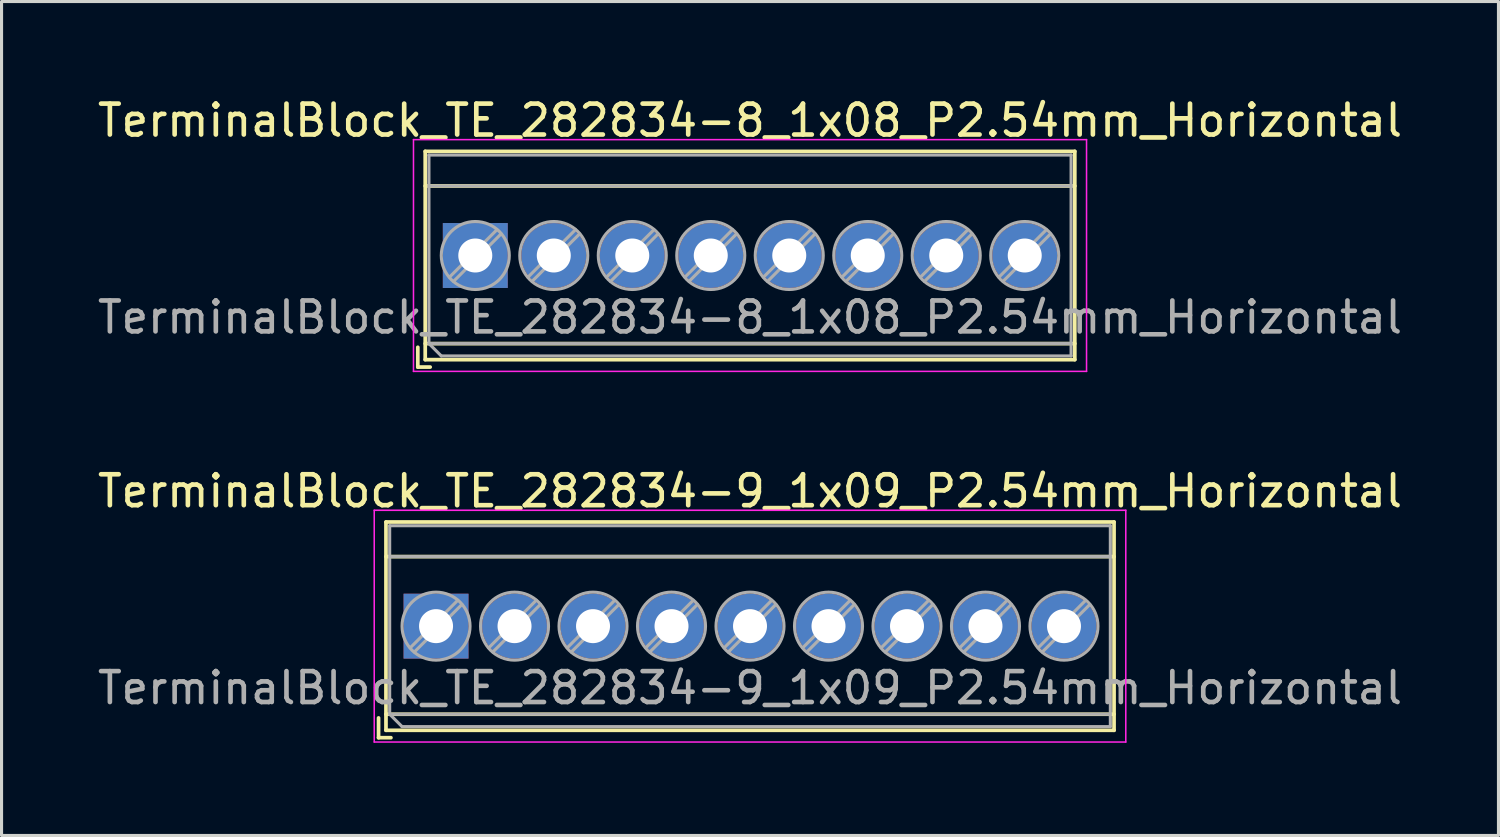
<source format=kicad_pcb>
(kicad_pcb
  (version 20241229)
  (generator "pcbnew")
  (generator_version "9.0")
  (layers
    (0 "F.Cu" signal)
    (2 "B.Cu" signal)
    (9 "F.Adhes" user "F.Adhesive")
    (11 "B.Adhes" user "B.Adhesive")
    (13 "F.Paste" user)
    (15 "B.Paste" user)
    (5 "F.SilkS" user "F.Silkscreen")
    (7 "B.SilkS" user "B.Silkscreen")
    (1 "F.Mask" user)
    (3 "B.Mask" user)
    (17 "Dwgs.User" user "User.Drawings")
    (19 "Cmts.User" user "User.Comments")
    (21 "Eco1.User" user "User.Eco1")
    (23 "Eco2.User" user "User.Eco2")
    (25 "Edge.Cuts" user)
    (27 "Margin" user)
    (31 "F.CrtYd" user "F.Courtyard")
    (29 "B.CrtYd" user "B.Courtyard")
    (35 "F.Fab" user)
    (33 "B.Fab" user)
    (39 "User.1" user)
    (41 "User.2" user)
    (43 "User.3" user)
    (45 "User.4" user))
  (footprint "TerminalBlock_TE_282834-9_1x09_P2.54mm_Horizontal"
    (layer "F.Cu")
    (at 11.06 17.212)
    (property "Reference" "TerminalBlock_TE_282834-9_1x09_P2.54mm_Horizontal" (at 10.16 -4.37 0) (layer "F.SilkS") (effects (font (size 1 1) (thickness 0.15))))
    (attr through_hole)
    (fp_line (start -1.86 2.97) (end -1.86 3.61) (stroke (width 0.12) (type solid)) (layer "F.SilkS"))
    (fp_line (start -1.86 3.61) (end -1.46 3.61) (stroke (width 0.12) (type solid)) (layer "F.SilkS"))
    (fp_line (start -1.62 -3.37) (end -1.62 3.37) (stroke (width 0.12) (type solid)) (layer "F.SilkS"))
    (fp_line (start -1.62 -3.37) (end 21.94 -3.37) (stroke (width 0.12) (type solid)) (layer "F.SilkS"))
    (fp_line (start -1.62 -2.25) (end 21.94 -2.25) (stroke (width 0.12) (type solid)) (layer "F.SilkS"))
    (fp_line (start -1.62 2.85) (end 21.94 2.85) (stroke (width 0.12) (type solid)) (layer "F.SilkS"))
    (fp_line (start -1.62 3.37) (end 21.94 3.37) (stroke (width 0.12) (type solid)) (layer "F.SilkS"))
    (fp_line (start 21.94 -3.37) (end 21.94 3.37) (stroke (width 0.12) (type solid)) (layer "F.SilkS"))
    (fp_line (start -2 -3.75) (end -2 3.75) (stroke (width 0.05) (type solid)) (layer "F.CrtYd"))
    (fp_line (start -2 3.75) (end 22.32 3.75) (stroke (width 0.05) (type solid)) (layer "F.CrtYd"))
    (fp_line (start 22.32 -3.75) (end -2 -3.75) (stroke (width 0.05) (type solid)) (layer "F.CrtYd"))
    (fp_line (start 22.32 3.75) (end 22.32 -3.75) (stroke (width 0.05) (type solid)) (layer "F.CrtYd"))
    (fp_line (start -1.5 -3.25) (end 21.82 -3.25) (stroke (width 0.1) (type solid)) (layer "F.Fab"))
    (fp_line (start -1.5 -2.25) (end 21.82 -2.25) (stroke (width 0.1) (type solid)) (layer "F.Fab"))
    (fp_line (start -1.5 2.85) (end -1.5 -3.25) (stroke (width 0.1) (type solid)) (layer "F.Fab"))
    (fp_line (start -1.5 2.85) (end 21.82 2.85) (stroke (width 0.1) (type solid)) (layer "F.Fab"))
    (fp_line (start -1.1 3.25) (end -1.5 2.85) (stroke (width 0.1) (type solid)) (layer "F.Fab"))
    (fp_line (start 0.701 -0.835) (end -0.835 0.7) (stroke (width 0.1) (type solid)) (layer "F.Fab"))
    (fp_line (start 0.835 -0.7) (end -0.701 0.835) (stroke (width 0.1) (type solid)) (layer "F.Fab"))
    (fp_line (start 3.241 -0.835) (end 1.706 0.7) (stroke (width 0.1) (type solid)) (layer "F.Fab"))
    (fp_line (start 3.375 -0.7) (end 1.84 0.835) (stroke (width 0.1) (type solid)) (layer "F.Fab"))
    (fp_line (start 5.781 -0.835) (end 4.246 0.7) (stroke (width 0.1) (type solid)) (layer "F.Fab"))
    (fp_line (start 5.915 -0.7) (end 4.38 0.835) (stroke (width 0.1) (type solid)) (layer "F.Fab"))
    (fp_line (start 8.321 -0.835) (end 6.786 0.7) (stroke (width 0.1) (type solid)) (layer "F.Fab"))
    (fp_line (start 8.455 -0.7) (end 6.92 0.835) (stroke (width 0.1) (type solid)) (layer "F.Fab"))
    (fp_line (start 10.861 -0.835) (end 9.326 0.7) (stroke (width 0.1) (type solid)) (layer "F.Fab"))
    (fp_line (start 10.995 -0.7) (end 9.46 0.835) (stroke (width 0.1) (type solid)) (layer "F.Fab"))
    (fp_line (start 13.401 -0.835) (end 11.866 0.7) (stroke (width 0.1) (type solid)) (layer "F.Fab"))
    (fp_line (start 13.535 -0.7) (end 12 0.835) (stroke (width 0.1) (type solid)) (layer "F.Fab"))
    (fp_line (start 15.941 -0.835) (end 14.406 0.7) (stroke (width 0.1) (type solid)) (layer "F.Fab"))
    (fp_line (start 16.075 -0.7) (end 14.54 0.835) (stroke (width 0.1) (type solid)) (layer "F.Fab"))
    (fp_line (start 18.481 -0.835) (end 16.946 0.7) (stroke (width 0.1) (type solid)) (layer "F.Fab"))
    (fp_line (start 18.615 -0.7) (end 17.08 0.835) (stroke (width 0.1) (type solid)) (layer "F.Fab"))
    (fp_line (start 21.021 -0.835) (end 19.486 0.7) (stroke (width 0.1) (type solid)) (layer "F.Fab"))
    (fp_line (start 21.155 -0.7) (end 19.62 0.835) (stroke (width 0.1) (type solid)) (layer "F.Fab"))
    (fp_line (start 21.82 -3.25) (end 21.82 3.25) (stroke (width 0.1) (type solid)) (layer "F.Fab"))
    (fp_line (start 21.82 3.25) (end -1.1 3.25) (stroke (width 0.1) (type solid)) (layer "F.Fab"))
    (fp_circle (center 0 0) (end 1.1 0) (stroke (width 0.1) (type solid)) (fill no) (layer "F.Fab"))
    (fp_circle (center 2.54 0) (end 3.64 0) (stroke (width 0.1) (type solid)) (fill no) (layer "F.Fab"))
    (fp_circle (center 5.08 0) (end 6.18 0) (stroke (width 0.1) (type solid)) (fill no) (layer "F.Fab"))
    (fp_circle (center 7.62 0) (end 8.72 0) (stroke (width 0.1) (type solid)) (fill no) (layer "F.Fab"))
    (fp_circle (center 10.16 0) (end 11.26 0) (stroke (width 0.1) (type solid)) (fill no) (layer "F.Fab"))
    (fp_circle (center 12.7 0) (end 13.8 0) (stroke (width 0.1) (type solid)) (fill no) (layer "F.Fab"))
    (fp_circle (center 15.24 0) (end 16.34 0) (stroke (width 0.1) (type solid)) (fill no) (layer "F.Fab"))
    (fp_circle (center 17.78 0) (end 18.88 0) (stroke (width 0.1) (type solid)) (fill no) (layer "F.Fab"))
    (fp_circle (center 20.32 0) (end 21.42 0) (stroke (width 0.1) (type solid)) (fill no) (layer "F.Fab"))
    (fp_text user "${REFERENCE}" (at 10.16 2 0) (layer "F.Fab") (effects (font (size 1 1) (thickness 0.15))))
    (pad "1" thru_hole rect (at 0 0) (size 2.1 2.1) (drill 1.1) (layers "*.Cu" "*.Mask"))
    (pad "2" thru_hole circle (at 2.54 0) (size 2.1 2.1) (drill 1.1) (layers "*.Cu" "*.Mask"))
    (pad "3" thru_hole circle (at 5.08 0) (size 2.1 2.1) (drill 1.1) (layers "*.Cu" "*.Mask"))
    (pad "4" thru_hole circle (at 7.62 0) (size 2.1 2.1) (drill 1.1) (layers "*.Cu" "*.Mask"))
    (pad "5" thru_hole circle (at 10.16 0) (size 2.1 2.1) (drill 1.1) (layers "*.Cu" "*.Mask"))
    (pad "6" thru_hole circle (at 12.7 0) (size 2.1 2.1) (drill 1.1) (layers "*.Cu" "*.Mask"))
    (pad "7" thru_hole circle (at 15.24 0) (size 2.1 2.1) (drill 1.1) (layers "*.Cu" "*.Mask"))
    (pad "8" thru_hole circle (at 17.78 0) (size 2.1 2.1) (drill 1.1) (layers "*.Cu" "*.Mask"))
    (pad "9" thru_hole circle (at 20.32 0) (size 2.1 2.1) (drill 1.1) (layers "*.Cu" "*.Mask")))
  (footprint "TerminalBlock_TE_282834-8_1x08_P2.54mm_Horizontal"
    (layer "F.Cu")
    (at 12.33 5.218)
    (property "Reference" "TerminalBlock_TE_282834-8_1x08_P2.54mm_Horizontal" (at 8.89 -4.37 0) (layer "F.SilkS") (effects (font (size 1 1) (thickness 0.15))))
    (attr through_hole)
    (fp_line (start -1.86 2.97) (end -1.86 3.61) (stroke (width 0.12) (type solid)) (layer "F.SilkS"))
    (fp_line (start -1.86 3.61) (end -1.46 3.61) (stroke (width 0.12) (type solid)) (layer "F.SilkS"))
    (fp_line (start -1.62 -3.37) (end -1.62 3.37) (stroke (width 0.12) (type solid)) (layer "F.SilkS"))
    (fp_line (start -1.62 -3.37) (end 19.4 -3.37) (stroke (width 0.12) (type solid)) (layer "F.SilkS"))
    (fp_line (start -1.62 -2.25) (end 19.4 -2.25) (stroke (width 0.12) (type solid)) (layer "F.SilkS"))
    (fp_line (start -1.62 2.85) (end 19.4 2.85) (stroke (width 0.12) (type solid)) (layer "F.SilkS"))
    (fp_line (start -1.62 3.37) (end 19.4 3.37) (stroke (width 0.12) (type solid)) (layer "F.SilkS"))
    (fp_line (start 19.4 -3.37) (end 19.4 3.37) (stroke (width 0.12) (type solid)) (layer "F.SilkS"))
    (fp_line (start -2 -3.75) (end -2 3.75) (stroke (width 0.05) (type solid)) (layer "F.CrtYd"))
    (fp_line (start -2 3.75) (end 19.78 3.75) (stroke (width 0.05) (type solid)) (layer "F.CrtYd"))
    (fp_line (start 19.78 -3.75) (end -2 -3.75) (stroke (width 0.05) (type solid)) (layer "F.CrtYd"))
    (fp_line (start 19.78 3.75) (end 19.78 -3.75) (stroke (width 0.05) (type solid)) (layer "F.CrtYd"))
    (fp_line (start -1.5 -3.25) (end 19.28 -3.25) (stroke (width 0.1) (type solid)) (layer "F.Fab"))
    (fp_line (start -1.5 -2.25) (end 19.28 -2.25) (stroke (width 0.1) (type solid)) (layer "F.Fab"))
    (fp_line (start -1.5 2.85) (end -1.5 -3.25) (stroke (width 0.1) (type solid)) (layer "F.Fab"))
    (fp_line (start -1.5 2.85) (end 19.28 2.85) (stroke (width 0.1) (type solid)) (layer "F.Fab"))
    (fp_line (start -1.1 3.25) (end -1.5 2.85) (stroke (width 0.1) (type solid)) (layer "F.Fab"))
    (fp_line (start 0.701 -0.835) (end -0.835 0.7) (stroke (width 0.1) (type solid)) (layer "F.Fab"))
    (fp_line (start 0.835 -0.7) (end -0.701 0.835) (stroke (width 0.1) (type solid)) (layer "F.Fab"))
    (fp_line (start 3.241 -0.835) (end 1.706 0.7) (stroke (width 0.1) (type solid)) (layer "F.Fab"))
    (fp_line (start 3.375 -0.7) (end 1.84 0.835) (stroke (width 0.1) (type solid)) (layer "F.Fab"))
    (fp_line (start 5.781 -0.835) (end 4.246 0.7) (stroke (width 0.1) (type solid)) (layer "F.Fab"))
    (fp_line (start 5.915 -0.7) (end 4.38 0.835) (stroke (width 0.1) (type solid)) (layer "F.Fab"))
    (fp_line (start 8.321 -0.835) (end 6.786 0.7) (stroke (width 0.1) (type solid)) (layer "F.Fab"))
    (fp_line (start 8.455 -0.7) (end 6.92 0.835) (stroke (width 0.1) (type solid)) (layer "F.Fab"))
    (fp_line (start 10.861 -0.835) (end 9.326 0.7) (stroke (width 0.1) (type solid)) (layer "F.Fab"))
    (fp_line (start 10.995 -0.7) (end 9.46 0.835) (stroke (width 0.1) (type solid)) (layer "F.Fab"))
    (fp_line (start 13.401 -0.835) (end 11.866 0.7) (stroke (width 0.1) (type solid)) (layer "F.Fab"))
    (fp_line (start 13.535 -0.7) (end 12 0.835) (stroke (width 0.1) (type solid)) (layer "F.Fab"))
    (fp_line (start 15.941 -0.835) (end 14.406 0.7) (stroke (width 0.1) (type solid)) (layer "F.Fab"))
    (fp_line (start 16.075 -0.7) (end 14.54 0.835) (stroke (width 0.1) (type solid)) (layer "F.Fab"))
    (fp_line (start 18.481 -0.835) (end 16.946 0.7) (stroke (width 0.1) (type solid)) (layer "F.Fab"))
    (fp_line (start 18.615 -0.7) (end 17.08 0.835) (stroke (width 0.1) (type solid)) (layer "F.Fab"))
    (fp_line (start 19.28 -3.25) (end 19.28 3.25) (stroke (width 0.1) (type solid)) (layer "F.Fab"))
    (fp_line (start 19.28 3.25) (end -1.1 3.25) (stroke (width 0.1) (type solid)) (layer "F.Fab"))
    (fp_circle (center 0 0) (end 1.1 0) (stroke (width 0.1) (type solid)) (fill no) (layer "F.Fab"))
    (fp_circle (center 2.54 0) (end 3.64 0) (stroke (width 0.1) (type solid)) (fill no) (layer "F.Fab"))
    (fp_circle (center 5.08 0) (end 6.18 0) (stroke (width 0.1) (type solid)) (fill no) (layer "F.Fab"))
    (fp_circle (center 7.62 0) (end 8.72 0) (stroke (width 0.1) (type solid)) (fill no) (layer "F.Fab"))
    (fp_circle (center 10.16 0) (end 11.26 0) (stroke (width 0.1) (type solid)) (fill no) (layer "F.Fab"))
    (fp_circle (center 12.7 0) (end 13.8 0) (stroke (width 0.1) (type solid)) (fill no) (layer "F.Fab"))
    (fp_circle (center 15.24 0) (end 16.34 0) (stroke (width 0.1) (type solid)) (fill no) (layer "F.Fab"))
    (fp_circle (center 17.78 0) (end 18.88 0) (stroke (width 0.1) (type solid)) (fill no) (layer "F.Fab"))
    (fp_text user "${REFERENCE}" (at 8.89 2 0) (layer "F.Fab") (effects (font (size 1 1) (thickness 0.15))))
    (pad "1" thru_hole rect (at 0 0) (size 2.1 2.1) (drill 1.1) (layers "*.Cu" "*.Mask"))
    (pad "2" thru_hole circle (at 2.54 0) (size 2.1 2.1) (drill 1.1) (layers "*.Cu" "*.Mask"))
    (pad "3" thru_hole circle (at 5.08 0) (size 2.1 2.1) (drill 1.1) (layers "*.Cu" "*.Mask"))
    (pad "4" thru_hole circle (at 7.62 0) (size 2.1 2.1) (drill 1.1) (layers "*.Cu" "*.Mask"))
    (pad "5" thru_hole circle (at 10.16 0) (size 2.1 2.1) (drill 1.1) (layers "*.Cu" "*.Mask"))
    (pad "6" thru_hole circle (at 12.7 0) (size 2.1 2.1) (drill 1.1) (layers "*.Cu" "*.Mask"))
    (pad "7" thru_hole circle (at 15.24 0) (size 2.1 2.1) (drill 1.1) (layers "*.Cu" "*.Mask"))
    (pad "8" thru_hole circle (at 17.78 0) (size 2.1 2.1) (drill 1.1) (layers "*.Cu" "*.Mask")))
  (gr_rect
    (start -3 -3)
    (end 45.44 23.986)
    (stroke (width 0.1) (type default))
    (fill no)
    (layer "Edge.Cuts")))
</source>
